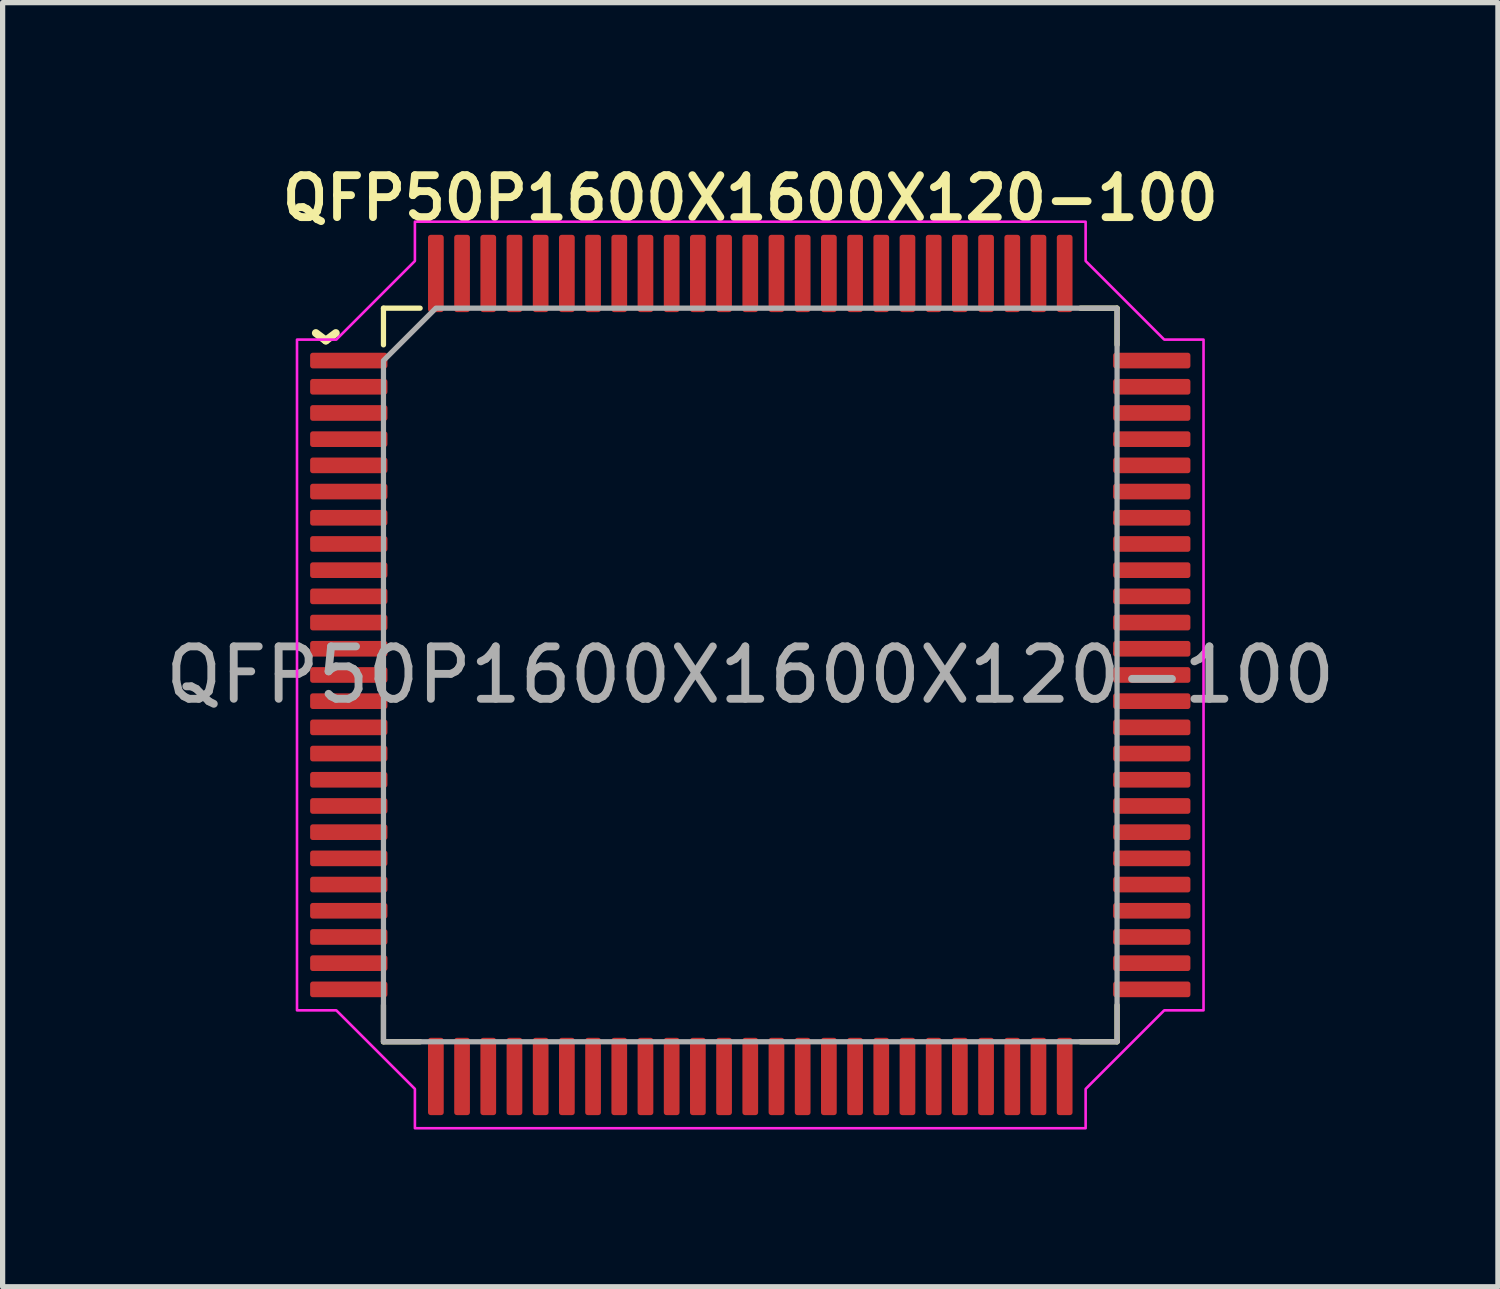
<source format=kicad_pcb>
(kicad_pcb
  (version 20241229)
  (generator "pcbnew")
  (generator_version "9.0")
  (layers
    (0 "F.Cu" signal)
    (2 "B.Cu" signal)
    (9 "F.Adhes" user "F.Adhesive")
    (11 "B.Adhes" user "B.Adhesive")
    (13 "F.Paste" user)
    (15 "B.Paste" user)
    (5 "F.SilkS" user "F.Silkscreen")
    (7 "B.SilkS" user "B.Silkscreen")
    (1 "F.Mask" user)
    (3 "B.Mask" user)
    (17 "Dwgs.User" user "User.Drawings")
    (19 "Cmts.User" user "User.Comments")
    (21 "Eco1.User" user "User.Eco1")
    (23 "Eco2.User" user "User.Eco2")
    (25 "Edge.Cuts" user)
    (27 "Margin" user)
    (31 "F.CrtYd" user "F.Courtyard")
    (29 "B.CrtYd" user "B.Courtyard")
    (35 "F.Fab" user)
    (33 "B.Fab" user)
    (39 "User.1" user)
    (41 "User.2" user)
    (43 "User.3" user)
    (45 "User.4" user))
  (footprint "QFP50P1600X1600X120-100"
    (layer "F.Cu")
    (at 11.268 9.831)
    (property "Reference" "QFP50P1600X1600X120-100" (at 0 -9.1 0) (layer "F.SilkS") (effects (font (size 0.8 0.8) (thickness 0.15))))
    (attr smd)
    (fp_line (start -7 -7) (end -7 -6.3) (stroke (width 0.1) (type solid)) (layer "F.SilkS"))
    (fp_line (start -7 6.3) (end -7 7) (stroke (width 0.1) (type solid)) (layer "F.SilkS"))
    (fp_line (start -7 7) (end -6.3 7) (stroke (width 0.1) (type solid)) (layer "F.SilkS"))
    (fp_line (start -6.3 -7) (end -7 -7) (stroke (width 0.1) (type solid)) (layer "F.SilkS"))
    (fp_line (start 6.3 7) (end 7 7) (stroke (width 0.1) (type solid)) (layer "F.SilkS"))
    (fp_line (start 7 -7) (end 6.3 -7) (stroke (width 0.1) (type solid)) (layer "F.SilkS"))
    (fp_line (start 7 -6.3) (end 7 -7) (stroke (width 0.1) (type solid)) (layer "F.SilkS"))
    (fp_line (start 7 7) (end 7 6.3) (stroke (width 0.1) (type solid)) (layer "F.SilkS"))
    (fp_poly (pts (xy 8.65 6.4) (xy 7.9 6.4) (xy 6.4 7.9) (xy 6.4 8.65) (xy -6.4 8.65) (xy -6.4 7.9) (xy -7.9 6.4) (xy -8.65 6.4) (xy -8.65 -6.4) (xy -7.9 -6.4) (xy -6.4 -7.9) (xy -6.4 -8.65) (xy 6.4 -8.65) (xy 6.4 -7.9) (xy 7.9 -6.4) (xy 8.65 -6.4)) (stroke (width 0.05) (type solid)) (fill no) (layer "F.CrtYd"))
    (fp_poly (pts (xy 7 -7) (xy -6 -7) (xy -7 -6) (xy -7 7) (xy 7 7)) (stroke (width 0.1) (type solid)) (fill no) (layer "F.Fab"))
    (fp_text user "^" (at -8.1 -6.975 180) (unlocked yes) (layer "F.SilkS") (effects (font (size 1 1) (thickness 0.15))))
    (fp_text user "${REFERENCE}" (at 0 0 0) (layer "F.Fab") (effects (font (size 1 1) (thickness 0.15))))
    (pad "1" smd roundrect (at -7.662 -6) (size 1.475 0.3) (layers "F.Cu" "F.Mask" "F.Paste") (roundrect_rratio 0.167))
    (pad "2" smd roundrect (at -7.662 -5.5) (size 1.475 0.3) (layers "F.Cu" "F.Mask" "F.Paste") (roundrect_rratio 0.167))
    (pad "3" smd roundrect (at -7.662 -5) (size 1.475 0.3) (layers "F.Cu" "F.Mask" "F.Paste") (roundrect_rratio 0.167))
    (pad "4" smd roundrect (at -7.662 -4.5) (size 1.475 0.3) (layers "F.Cu" "F.Mask" "F.Paste") (roundrect_rratio 0.167))
    (pad "5" smd roundrect (at -7.662 -4) (size 1.475 0.3) (layers "F.Cu" "F.Mask" "F.Paste") (roundrect_rratio 0.167))
    (pad "6" smd roundrect (at -7.662 -3.5) (size 1.475 0.3) (layers "F.Cu" "F.Mask" "F.Paste") (roundrect_rratio 0.167))
    (pad "7" smd roundrect (at -7.662 -3) (size 1.475 0.3) (layers "F.Cu" "F.Mask" "F.Paste") (roundrect_rratio 0.167))
    (pad "8" smd roundrect (at -7.662 -2.5) (size 1.475 0.3) (layers "F.Cu" "F.Mask" "F.Paste") (roundrect_rratio 0.167))
    (pad "9" smd roundrect (at -7.662 -2) (size 1.475 0.3) (layers "F.Cu" "F.Mask" "F.Paste") (roundrect_rratio 0.167))
    (pad "10" smd roundrect (at -7.662 -1.5) (size 1.475 0.3) (layers "F.Cu" "F.Mask" "F.Paste") (roundrect_rratio 0.167))
    (pad "11" smd roundrect (at -7.662 -1) (size 1.475 0.3) (layers "F.Cu" "F.Mask" "F.Paste") (roundrect_rratio 0.167))
    (pad "12" smd roundrect (at -7.662 -0.5) (size 1.475 0.3) (layers "F.Cu" "F.Mask" "F.Paste") (roundrect_rratio 0.167))
    (pad "13" smd roundrect (at -7.662 0) (size 1.475 0.3) (layers "F.Cu" "F.Mask" "F.Paste") (roundrect_rratio 0.167))
    (pad "14" smd roundrect (at -7.662 0.5) (size 1.475 0.3) (layers "F.Cu" "F.Mask" "F.Paste") (roundrect_rratio 0.167))
    (pad "15" smd roundrect (at -7.662 1) (size 1.475 0.3) (layers "F.Cu" "F.Mask" "F.Paste") (roundrect_rratio 0.167))
    (pad "16" smd roundrect (at -7.662 1.5) (size 1.475 0.3) (layers "F.Cu" "F.Mask" "F.Paste") (roundrect_rratio 0.167))
    (pad "17" smd roundrect (at -7.662 2) (size 1.475 0.3) (layers "F.Cu" "F.Mask" "F.Paste") (roundrect_rratio 0.167))
    (pad "18" smd roundrect (at -7.662 2.5) (size 1.475 0.3) (layers "F.Cu" "F.Mask" "F.Paste") (roundrect_rratio 0.167))
    (pad "19" smd roundrect (at -7.662 3) (size 1.475 0.3) (layers "F.Cu" "F.Mask" "F.Paste") (roundrect_rratio 0.167))
    (pad "20" smd roundrect (at -7.662 3.5) (size 1.475 0.3) (layers "F.Cu" "F.Mask" "F.Paste") (roundrect_rratio 0.167))
    (pad "21" smd roundrect (at -7.662 4) (size 1.475 0.3) (layers "F.Cu" "F.Mask" "F.Paste") (roundrect_rratio 0.167))
    (pad "22" smd roundrect (at -7.662 4.5) (size 1.475 0.3) (layers "F.Cu" "F.Mask" "F.Paste") (roundrect_rratio 0.167))
    (pad "23" smd roundrect (at -7.662 5) (size 1.475 0.3) (layers "F.Cu" "F.Mask" "F.Paste") (roundrect_rratio 0.167))
    (pad "24" smd roundrect (at -7.662 5.5) (size 1.475 0.3) (layers "F.Cu" "F.Mask" "F.Paste") (roundrect_rratio 0.167))
    (pad "25" smd roundrect (at -7.662 6) (size 1.475 0.3) (layers "F.Cu" "F.Mask" "F.Paste") (roundrect_rratio 0.167))
    (pad "26" smd roundrect (at -6 7.662) (size 0.3 1.475) (layers "F.Cu" "F.Mask" "F.Paste") (roundrect_rratio 0.167))
    (pad "27" smd roundrect (at -5.5 7.662) (size 0.3 1.475) (layers "F.Cu" "F.Mask" "F.Paste") (roundrect_rratio 0.167))
    (pad "28" smd roundrect (at -5 7.662) (size 0.3 1.475) (layers "F.Cu" "F.Mask" "F.Paste") (roundrect_rratio 0.167))
    (pad "29" smd roundrect (at -4.5 7.662) (size 0.3 1.475) (layers "F.Cu" "F.Mask" "F.Paste") (roundrect_rratio 0.167))
    (pad "30" smd roundrect (at -4 7.662) (size 0.3 1.475) (layers "F.Cu" "F.Mask" "F.Paste") (roundrect_rratio 0.167))
    (pad "31" smd roundrect (at -3.5 7.662) (size 0.3 1.475) (layers "F.Cu" "F.Mask" "F.Paste") (roundrect_rratio 0.167))
    (pad "32" smd roundrect (at -3 7.662) (size 0.3 1.475) (layers "F.Cu" "F.Mask" "F.Paste") (roundrect_rratio 0.167))
    (pad "33" smd roundrect (at -2.5 7.662) (size 0.3 1.475) (layers "F.Cu" "F.Mask" "F.Paste") (roundrect_rratio 0.167))
    (pad "34" smd roundrect (at -2 7.662) (size 0.3 1.475) (layers "F.Cu" "F.Mask" "F.Paste") (roundrect_rratio 0.167))
    (pad "35" smd roundrect (at -1.5 7.662) (size 0.3 1.475) (layers "F.Cu" "F.Mask" "F.Paste") (roundrect_rratio 0.167))
    (pad "36" smd roundrect (at -1 7.662) (size 0.3 1.475) (layers "F.Cu" "F.Mask" "F.Paste") (roundrect_rratio 0.167))
    (pad "37" smd roundrect (at -0.5 7.662) (size 0.3 1.475) (layers "F.Cu" "F.Mask" "F.Paste") (roundrect_rratio 0.167))
    (pad "38" smd roundrect (at 0 7.662) (size 0.3 1.475) (layers "F.Cu" "F.Mask" "F.Paste") (roundrect_rratio 0.167))
    (pad "39" smd roundrect (at 0.5 7.662) (size 0.3 1.475) (layers "F.Cu" "F.Mask" "F.Paste") (roundrect_rratio 0.167))
    (pad "40" smd roundrect (at 1 7.662) (size 0.3 1.475) (layers "F.Cu" "F.Mask" "F.Paste") (roundrect_rratio 0.167))
    (pad "41" smd roundrect (at 1.5 7.662) (size 0.3 1.475) (layers "F.Cu" "F.Mask" "F.Paste") (roundrect_rratio 0.167))
    (pad "42" smd roundrect (at 2 7.662) (size 0.3 1.475) (layers "F.Cu" "F.Mask" "F.Paste") (roundrect_rratio 0.167))
    (pad "43" smd roundrect (at 2.5 7.662) (size 0.3 1.475) (layers "F.Cu" "F.Mask" "F.Paste") (roundrect_rratio 0.167))
    (pad "44" smd roundrect (at 3 7.662) (size 0.3 1.475) (layers "F.Cu" "F.Mask" "F.Paste") (roundrect_rratio 0.167))
    (pad "45" smd roundrect (at 3.5 7.662) (size 0.3 1.475) (layers "F.Cu" "F.Mask" "F.Paste") (roundrect_rratio 0.167))
    (pad "46" smd roundrect (at 4 7.662) (size 0.3 1.475) (layers "F.Cu" "F.Mask" "F.Paste") (roundrect_rratio 0.167))
    (pad "47" smd roundrect (at 4.5 7.662) (size 0.3 1.475) (layers "F.Cu" "F.Mask" "F.Paste") (roundrect_rratio 0.167))
    (pad "48" smd roundrect (at 5 7.662) (size 0.3 1.475) (layers "F.Cu" "F.Mask" "F.Paste") (roundrect_rratio 0.167))
    (pad "49" smd roundrect (at 5.5 7.662) (size 0.3 1.475) (layers "F.Cu" "F.Mask" "F.Paste") (roundrect_rratio 0.167))
    (pad "50" smd roundrect (at 6 7.662) (size 0.3 1.475) (layers "F.Cu" "F.Mask" "F.Paste") (roundrect_rratio 0.167))
    (pad "51" smd roundrect (at 7.662 6) (size 1.475 0.3) (layers "F.Cu" "F.Mask" "F.Paste") (roundrect_rratio 0.167))
    (pad "52" smd roundrect (at 7.662 5.5) (size 1.475 0.3) (layers "F.Cu" "F.Mask" "F.Paste") (roundrect_rratio 0.167))
    (pad "53" smd roundrect (at 7.662 5) (size 1.475 0.3) (layers "F.Cu" "F.Mask" "F.Paste") (roundrect_rratio 0.167))
    (pad "54" smd roundrect (at 7.662 4.5) (size 1.475 0.3) (layers "F.Cu" "F.Mask" "F.Paste") (roundrect_rratio 0.167))
    (pad "55" smd roundrect (at 7.662 4) (size 1.475 0.3) (layers "F.Cu" "F.Mask" "F.Paste") (roundrect_rratio 0.167))
    (pad "56" smd roundrect (at 7.662 3.5) (size 1.475 0.3) (layers "F.Cu" "F.Mask" "F.Paste") (roundrect_rratio 0.167))
    (pad "57" smd roundrect (at 7.662 3) (size 1.475 0.3) (layers "F.Cu" "F.Mask" "F.Paste") (roundrect_rratio 0.167))
    (pad "58" smd roundrect (at 7.662 2.5) (size 1.475 0.3) (layers "F.Cu" "F.Mask" "F.Paste") (roundrect_rratio 0.167))
    (pad "59" smd roundrect (at 7.662 2) (size 1.475 0.3) (layers "F.Cu" "F.Mask" "F.Paste") (roundrect_rratio 0.167))
    (pad "60" smd roundrect (at 7.662 1.5) (size 1.475 0.3) (layers "F.Cu" "F.Mask" "F.Paste") (roundrect_rratio 0.167))
    (pad "61" smd roundrect (at 7.662 1) (size 1.475 0.3) (layers "F.Cu" "F.Mask" "F.Paste") (roundrect_rratio 0.167))
    (pad "62" smd roundrect (at 7.662 0.5) (size 1.475 0.3) (layers "F.Cu" "F.Mask" "F.Paste") (roundrect_rratio 0.167))
    (pad "63" smd roundrect (at 7.662 0) (size 1.475 0.3) (layers "F.Cu" "F.Mask" "F.Paste") (roundrect_rratio 0.167))
    (pad "64" smd roundrect (at 7.662 -0.5) (size 1.475 0.3) (layers "F.Cu" "F.Mask" "F.Paste") (roundrect_rratio 0.167))
    (pad "65" smd roundrect (at 7.662 -1) (size 1.475 0.3) (layers "F.Cu" "F.Mask" "F.Paste") (roundrect_rratio 0.167))
    (pad "66" smd roundrect (at 7.662 -1.5) (size 1.475 0.3) (layers "F.Cu" "F.Mask" "F.Paste") (roundrect_rratio 0.167))
    (pad "67" smd roundrect (at 7.662 -2) (size 1.475 0.3) (layers "F.Cu" "F.Mask" "F.Paste") (roundrect_rratio 0.167))
    (pad "68" smd roundrect (at 7.662 -2.5) (size 1.475 0.3) (layers "F.Cu" "F.Mask" "F.Paste") (roundrect_rratio 0.167))
    (pad "69" smd roundrect (at 7.662 -3) (size 1.475 0.3) (layers "F.Cu" "F.Mask" "F.Paste") (roundrect_rratio 0.167))
    (pad "70" smd roundrect (at 7.662 -3.5) (size 1.475 0.3) (layers "F.Cu" "F.Mask" "F.Paste") (roundrect_rratio 0.167))
    (pad "71" smd roundrect (at 7.662 -4) (size 1.475 0.3) (layers "F.Cu" "F.Mask" "F.Paste") (roundrect_rratio 0.167))
    (pad "72" smd roundrect (at 7.662 -4.5) (size 1.475 0.3) (layers "F.Cu" "F.Mask" "F.Paste") (roundrect_rratio 0.167))
    (pad "73" smd roundrect (at 7.662 -5) (size 1.475 0.3) (layers "F.Cu" "F.Mask" "F.Paste") (roundrect_rratio 0.167))
    (pad "74" smd roundrect (at 7.662 -5.5) (size 1.475 0.3) (layers "F.Cu" "F.Mask" "F.Paste") (roundrect_rratio 0.167))
    (pad "75" smd roundrect (at 7.662 -6) (size 1.475 0.3) (layers "F.Cu" "F.Mask" "F.Paste") (roundrect_rratio 0.167))
    (pad "76" smd roundrect (at 6 -7.662) (size 0.3 1.475) (layers "F.Cu" "F.Mask" "F.Paste") (roundrect_rratio 0.167))
    (pad "77" smd roundrect (at 5.5 -7.662) (size 0.3 1.475) (layers "F.Cu" "F.Mask" "F.Paste") (roundrect_rratio 0.167))
    (pad "78" smd roundrect (at 5 -7.662) (size 0.3 1.475) (layers "F.Cu" "F.Mask" "F.Paste") (roundrect_rratio 0.167))
    (pad "79" smd roundrect (at 4.5 -7.662) (size 0.3 1.475) (layers "F.Cu" "F.Mask" "F.Paste") (roundrect_rratio 0.167))
    (pad "80" smd roundrect (at 4 -7.662) (size 0.3 1.475) (layers "F.Cu" "F.Mask" "F.Paste") (roundrect_rratio 0.167))
    (pad "81" smd roundrect (at 3.5 -7.662) (size 0.3 1.475) (layers "F.Cu" "F.Mask" "F.Paste") (roundrect_rratio 0.167))
    (pad "82" smd roundrect (at 3 -7.662) (size 0.3 1.475) (layers "F.Cu" "F.Mask" "F.Paste") (roundrect_rratio 0.167))
    (pad "83" smd roundrect (at 2.5 -7.662) (size 0.3 1.475) (layers "F.Cu" "F.Mask" "F.Paste") (roundrect_rratio 0.167))
    (pad "84" smd roundrect (at 2 -7.662) (size 0.3 1.475) (layers "F.Cu" "F.Mask" "F.Paste") (roundrect_rratio 0.167))
    (pad "85" smd roundrect (at 1.5 -7.662) (size 0.3 1.475) (layers "F.Cu" "F.Mask" "F.Paste") (roundrect_rratio 0.167))
    (pad "86" smd roundrect (at 1 -7.662) (size 0.3 1.475) (layers "F.Cu" "F.Mask" "F.Paste") (roundrect_rratio 0.167))
    (pad "87" smd roundrect (at 0.5 -7.662) (size 0.3 1.475) (layers "F.Cu" "F.Mask" "F.Paste") (roundrect_rratio 0.167))
    (pad "88" smd roundrect (at 0 -7.662) (size 0.3 1.475) (layers "F.Cu" "F.Mask" "F.Paste") (roundrect_rratio 0.167))
    (pad "89" smd roundrect (at -0.5 -7.662) (size 0.3 1.475) (layers "F.Cu" "F.Mask" "F.Paste") (roundrect_rratio 0.167))
    (pad "90" smd roundrect (at -1 -7.662) (size 0.3 1.475) (layers "F.Cu" "F.Mask" "F.Paste") (roundrect_rratio 0.167))
    (pad "91" smd roundrect (at -1.5 -7.662) (size 0.3 1.475) (layers "F.Cu" "F.Mask" "F.Paste") (roundrect_rratio 0.167))
    (pad "92" smd roundrect (at -2 -7.662) (size 0.3 1.475) (layers "F.Cu" "F.Mask" "F.Paste") (roundrect_rratio 0.167))
    (pad "93" smd roundrect (at -2.5 -7.662) (size 0.3 1.475) (layers "F.Cu" "F.Mask" "F.Paste") (roundrect_rratio 0.167))
    (pad "94" smd roundrect (at -3 -7.662) (size 0.3 1.475) (layers "F.Cu" "F.Mask" "F.Paste") (roundrect_rratio 0.167))
    (pad "95" smd roundrect (at -3.5 -7.662) (size 0.3 1.475) (layers "F.Cu" "F.Mask" "F.Paste") (roundrect_rratio 0.167))
    (pad "96" smd roundrect (at -4 -7.662) (size 0.3 1.475) (layers "F.Cu" "F.Mask" "F.Paste") (roundrect_rratio 0.167))
    (pad "97" smd roundrect (at -4.5 -7.662) (size 0.3 1.475) (layers "F.Cu" "F.Mask" "F.Paste") (roundrect_rratio 0.167))
    (pad "98" smd roundrect (at -5 -7.662) (size 0.3 1.475) (layers "F.Cu" "F.Mask" "F.Paste") (roundrect_rratio 0.167))
    (pad "99" smd roundrect (at -5.5 -7.662) (size 0.3 1.475) (layers "F.Cu" "F.Mask" "F.Paste") (roundrect_rratio 0.167))
    (pad "100" smd roundrect (at -6 -7.662) (size 0.3 1.475) (layers "F.Cu" "F.Mask" "F.Paste") (roundrect_rratio 0.167)))
  (gr_rect
    (start -3 -3)
    (end 25.536 21.506)
    (stroke (width 0.1) (type default))
    (fill no)
    (layer "Edge.Cuts")))
</source>
